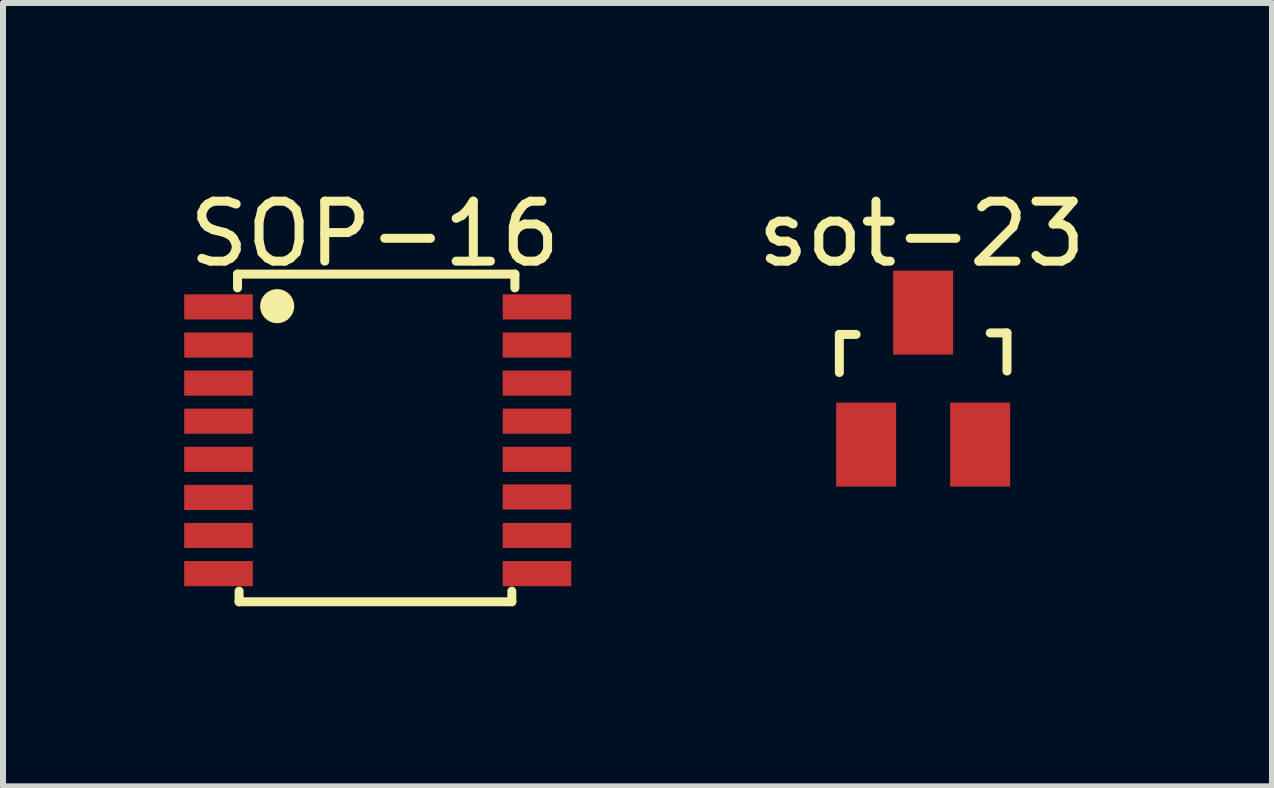
<source format=kicad_pcb>
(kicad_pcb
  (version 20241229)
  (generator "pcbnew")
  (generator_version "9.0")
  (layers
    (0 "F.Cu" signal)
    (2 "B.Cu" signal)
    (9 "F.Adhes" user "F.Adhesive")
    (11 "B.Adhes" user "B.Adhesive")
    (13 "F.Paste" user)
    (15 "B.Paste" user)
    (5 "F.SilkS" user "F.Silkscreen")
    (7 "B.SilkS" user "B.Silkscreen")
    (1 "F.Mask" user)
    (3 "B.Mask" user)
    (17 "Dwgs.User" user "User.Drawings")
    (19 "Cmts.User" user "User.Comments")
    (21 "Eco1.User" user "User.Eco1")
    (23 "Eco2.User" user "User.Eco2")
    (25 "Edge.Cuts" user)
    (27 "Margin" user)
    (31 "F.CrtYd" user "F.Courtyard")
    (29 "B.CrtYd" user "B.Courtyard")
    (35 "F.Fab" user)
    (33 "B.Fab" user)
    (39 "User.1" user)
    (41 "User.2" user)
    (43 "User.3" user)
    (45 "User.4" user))
  (footprint "sot-23"
    (layer "F.Cu")
    (at 12.337 3.261)
    (property "Reference" "sot-23" (at -0.025 -2.413 0) (layer "F.SilkS") (effects (font (size 1 1) (thickness 0.15))))
    (attr through_hole)
    (fp_line (start -1.397 -0.737) (end -1.397 -0.102) (stroke (width 0.15) (type solid)) (layer "F.SilkS"))
    (fp_line (start -1.118 -0.737) (end -1.397 -0.737) (stroke (width 0.15) (type solid)) (layer "F.SilkS"))
    (fp_line (start 1.118 -0.762) (end 1.397 -0.762) (stroke (width 0.15) (type solid)) (layer "F.SilkS"))
    (fp_line (start 1.397 -0.762) (end 1.397 -0.127) (stroke (width 0.15) (type solid)) (layer "F.SilkS"))
    (pad "1" smd rect (at 0 -1.1) (size 1 1.4) (layers "F.Cu" "F.Mask" "F.Paste"))
    (pad "2" smd rect (at -0.95 1.1) (size 1 1.4) (layers "F.Cu" "F.Mask" "F.Paste"))
    (pad "3" smd rect (at 0.95 1.1) (size 1 1.4) (layers "F.Cu" "F.Mask" "F.Paste")))
  (footprint "SOP-16"
    (layer "F.Cu")
    (at 3.246 4.288)
    (property "Reference" "SOP-16" (at -0.05 -3.44 0) (layer "F.SilkS") (effects (font (size 1 1) (thickness 0.15))))
    (attr through_hole)
    (fp_line (start -2.337 -2.769) (end 2.286 -2.769) (stroke (width 0.15) (type solid)) (layer "F.SilkS"))
    (fp_line (start -2.337 -2.54) (end -2.337 -2.769) (stroke (width 0.15) (type solid)) (layer "F.SilkS"))
    (fp_line (start -2.311 2.515) (end -2.311 2.692) (stroke (width 0.15) (type solid)) (layer "F.SilkS"))
    (fp_line (start -2.311 2.692) (end 2.235 2.692) (stroke (width 0.15) (type solid)) (layer "F.SilkS"))
    (fp_line (start 2.235 2.692) (end 2.235 2.515) (stroke (width 0.15) (type solid)) (layer "F.SilkS"))
    (fp_line (start 2.286 -2.769) (end 2.286 -2.54) (stroke (width 0.15) (type solid)) (layer "F.SilkS"))
    (fp_circle (center -1.676 -2.235) (end -1.6 -2.235) (stroke (width 0.15) (type solid)) (fill no) (layer "F.SilkS"))
    (fp_circle (center -1.676 -2.235) (end -1.473 -2.286) (stroke (width 0.15) (type solid)) (fill no) (layer "F.SilkS"))
    (pad "1" smd rect (at -2.654 -2.223) (size 1.143 0.419) (layers "F.Cu" "F.Mask" "F.Paste"))
    (pad "2" smd rect (at -2.654 -1.587) (size 1.143 0.419) (layers "F.Cu" "F.Mask" "F.Paste"))
    (pad "3" smd rect (at -2.654 -0.953) (size 1.143 0.419) (layers "F.Cu" "F.Mask" "F.Paste"))
    (pad "4" smd rect (at -2.654 -0.318) (size 1.143 0.419) (layers "F.Cu" "F.Mask" "F.Paste"))
    (pad "5" smd rect (at -2.654 0.318) (size 1.143 0.419) (layers "F.Cu" "F.Mask" "F.Paste"))
    (pad "6" smd rect (at -2.654 0.953) (size 1.143 0.419) (layers "F.Cu" "F.Mask" "F.Paste"))
    (pad "7" smd rect (at -2.654 1.587) (size 1.143 0.419) (layers "F.Cu" "F.Mask" "F.Paste"))
    (pad "8" smd rect (at -2.654 2.223) (size 1.143 0.419) (layers "F.Cu" "F.Mask" "F.Paste"))
    (pad "9" smd rect (at 2.654 2.223) (size 1.143 0.419) (layers "F.Cu" "F.Mask" "F.Paste"))
    (pad "10" smd rect (at 2.654 1.587) (size 1.143 0.419) (layers "F.Cu" "F.Mask" "F.Paste"))
    (pad "11" smd rect (at 2.654 0.945) (size 1.143 0.419) (layers "F.Cu" "F.Mask" "F.Paste"))
    (pad "12" smd rect (at 2.654 0.318) (size 1.143 0.419) (layers "F.Cu" "F.Mask" "F.Paste"))
    (pad "13" smd rect (at 2.654 -0.318) (size 1.143 0.419) (layers "F.Cu" "F.Mask" "F.Paste"))
    (pad "14" smd rect (at 2.654 -0.953) (size 1.143 0.419) (layers "F.Cu" "F.Mask" "F.Paste"))
    (pad "15" smd rect (at 2.654 -1.587) (size 1.143 0.419) (layers "F.Cu" "F.Mask" "F.Paste"))
    (pad "16" smd rect (at 2.654 -2.223) (size 1.143 0.419) (layers "F.Cu" "F.Mask" "F.Paste")))
  (gr_rect
    (start -3 -3)
    (end 18.151 10.056)
    (stroke (width 0.1) (type default))
    (fill no)
    (layer "Edge.Cuts")))
</source>
